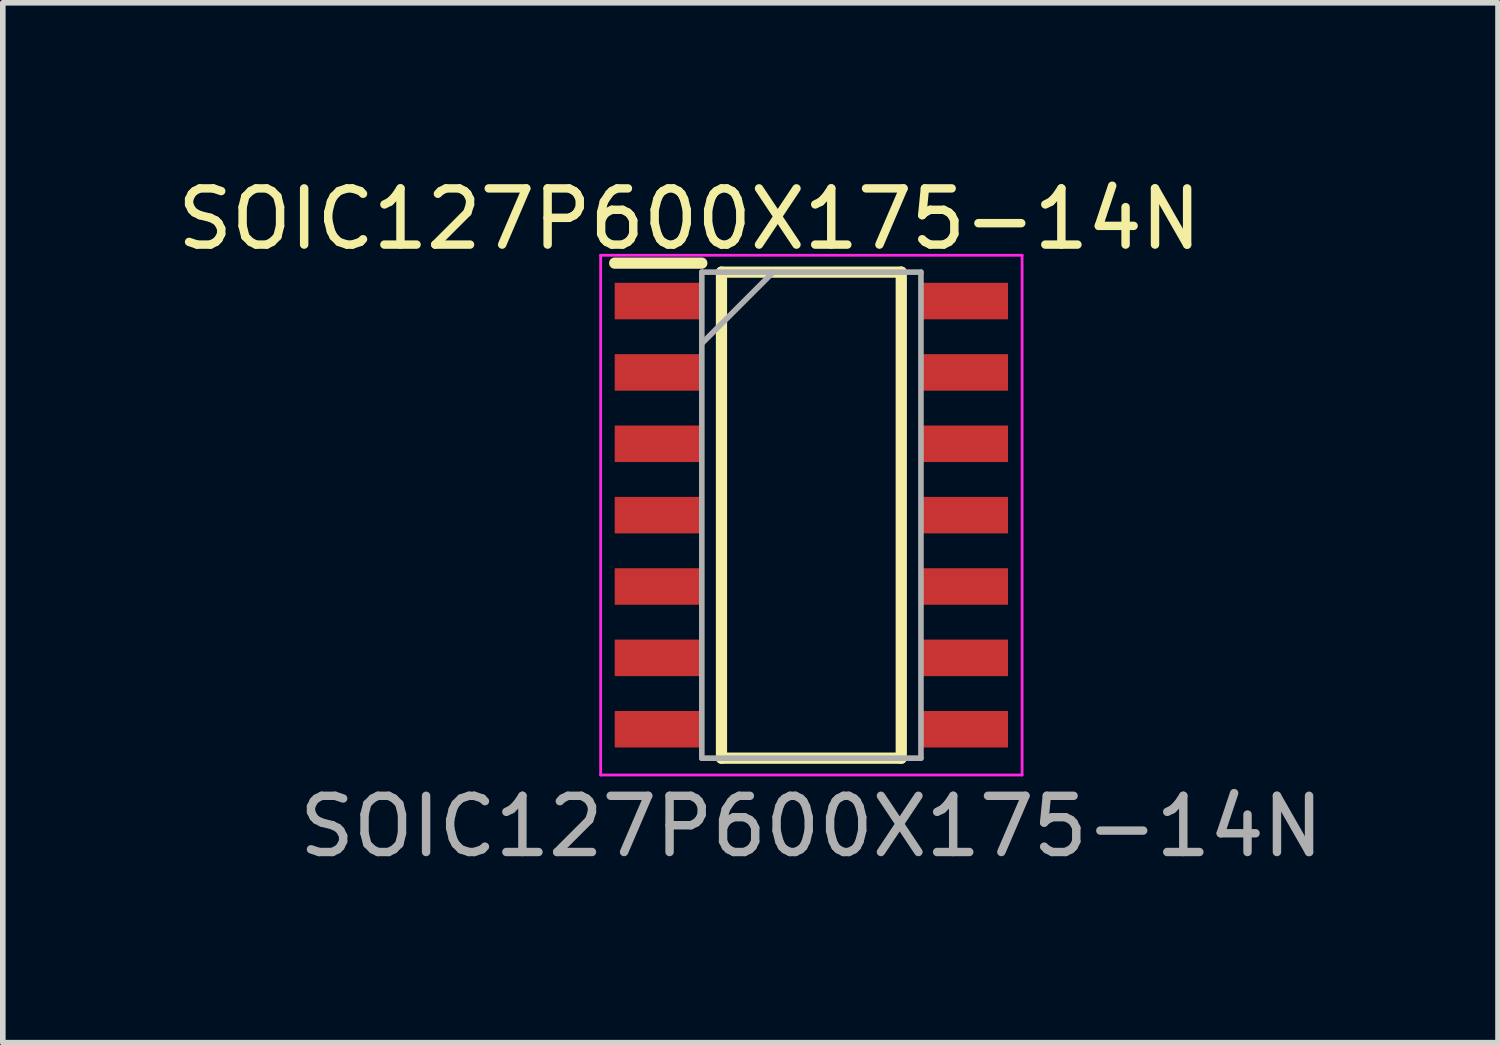
<source format=kicad_pcb>
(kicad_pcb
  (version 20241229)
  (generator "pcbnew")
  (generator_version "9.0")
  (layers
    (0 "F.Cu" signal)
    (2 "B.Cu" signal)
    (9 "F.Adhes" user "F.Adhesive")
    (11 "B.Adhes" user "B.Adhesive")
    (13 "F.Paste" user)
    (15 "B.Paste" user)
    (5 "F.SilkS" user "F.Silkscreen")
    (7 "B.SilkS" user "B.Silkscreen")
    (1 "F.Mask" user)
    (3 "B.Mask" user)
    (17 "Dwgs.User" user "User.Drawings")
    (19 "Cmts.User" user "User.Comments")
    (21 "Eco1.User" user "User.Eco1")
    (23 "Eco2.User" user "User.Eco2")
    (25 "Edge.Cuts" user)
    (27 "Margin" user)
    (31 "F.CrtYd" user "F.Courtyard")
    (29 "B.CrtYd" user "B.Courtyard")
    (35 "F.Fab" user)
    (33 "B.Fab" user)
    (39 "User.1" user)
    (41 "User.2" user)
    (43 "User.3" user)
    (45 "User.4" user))
  (footprint "SOIC127P600X175-14N"
    (layer "F.Cu")
    (at 11.39 6.118)
    (property "Reference" "SOIC127P600X175-14N" (at -2.17 -5.27 0) (layer "F.SilkS") (effects (font (size 1 1) (thickness 0.15))))
    (attr smd)
    (fp_line (start -3.5 -4.485) (end -1.95 -4.485) (stroke (width 0.2) (type solid)) (layer "F.SilkS"))
    (fp_line (start -1.6 -4.325) (end 1.6 -4.325) (stroke (width 0.2) (type solid)) (layer "F.SilkS"))
    (fp_line (start -1.6 4.325) (end -1.6 -4.325) (stroke (width 0.2) (type solid)) (layer "F.SilkS"))
    (fp_line (start 1.6 -4.325) (end 1.6 4.325) (stroke (width 0.2) (type solid)) (layer "F.SilkS"))
    (fp_line (start 1.6 4.325) (end -1.6 4.325) (stroke (width 0.2) (type solid)) (layer "F.SilkS"))
    (fp_line (start -3.75 -4.625) (end 3.75 -4.625) (stroke (width 0.05) (type solid)) (layer "F.CrtYd"))
    (fp_line (start -3.75 4.625) (end -3.75 -4.625) (stroke (width 0.05) (type solid)) (layer "F.CrtYd"))
    (fp_line (start 3.75 -4.625) (end 3.75 4.625) (stroke (width 0.05) (type solid)) (layer "F.CrtYd"))
    (fp_line (start 3.75 4.625) (end -3.75 4.625) (stroke (width 0.05) (type solid)) (layer "F.CrtYd"))
    (fp_line (start -1.95 -4.325) (end 1.95 -4.325) (stroke (width 0.1) (type solid)) (layer "F.Fab"))
    (fp_line (start -1.95 -3.055) (end -0.68 -4.325) (stroke (width 0.1) (type solid)) (layer "F.Fab"))
    (fp_line (start -1.95 4.325) (end -1.95 -4.325) (stroke (width 0.1) (type solid)) (layer "F.Fab"))
    (fp_line (start 1.95 -4.325) (end 1.95 4.325) (stroke (width 0.1) (type solid)) (layer "F.Fab"))
    (fp_line (start 1.95 4.325) (end -1.95 4.325) (stroke (width 0.1) (type solid)) (layer "F.Fab"))
    (fp_text user "${REFERENCE}" (at 0 5.54 0) (layer "F.Fab") (effects (font (size 1 1) (thickness 0.15))))
    (pad "1" smd rect (at -2.725 -3.81 90) (size 0.65 1.55) (layers "F.Cu" "F.Mask" "F.Paste"))
    (pad "2" smd rect (at -2.725 -2.54 90) (size 0.65 1.55) (layers "F.Cu" "F.Mask" "F.Paste"))
    (pad "3" smd rect (at -2.725 -1.27 90) (size 0.65 1.55) (layers "F.Cu" "F.Mask" "F.Paste"))
    (pad "4" smd rect (at -2.725 0 90) (size 0.65 1.55) (layers "F.Cu" "F.Mask" "F.Paste"))
    (pad "5" smd rect (at -2.725 1.27 90) (size 0.65 1.55) (layers "F.Cu" "F.Mask" "F.Paste"))
    (pad "6" smd rect (at -2.725 2.54 90) (size 0.65 1.55) (layers "F.Cu" "F.Mask" "F.Paste"))
    (pad "7" smd rect (at -2.725 3.81 90) (size 0.65 1.55) (layers "F.Cu" "F.Mask" "F.Paste"))
    (pad "8" smd rect (at 2.725 3.81 90) (size 0.65 1.55) (layers "F.Cu" "F.Mask" "F.Paste"))
    (pad "9" smd rect (at 2.725 2.54 90) (size 0.65 1.55) (layers "F.Cu" "F.Mask" "F.Paste"))
    (pad "10" smd rect (at 2.725 1.27 90) (size 0.65 1.55) (layers "F.Cu" "F.Mask" "F.Paste"))
    (pad "11" smd rect (at 2.725 0 90) (size 0.65 1.55) (layers "F.Cu" "F.Mask" "F.Paste"))
    (pad "12" smd rect (at 2.725 -1.27 90) (size 0.65 1.55) (layers "F.Cu" "F.Mask" "F.Paste"))
    (pad "13" smd rect (at 2.725 -2.54 90) (size 0.65 1.55) (layers "F.Cu" "F.Mask" "F.Paste"))
    (pad "14" smd rect (at 2.725 -3.81 90) (size 0.65 1.55) (layers "F.Cu" "F.Mask" "F.Paste")))
  (gr_rect
    (start -3 -3)
    (end 23.61 15.507)
    (stroke (width 0.1) (type default))
    (fill no)
    (layer "Edge.Cuts")))
</source>
